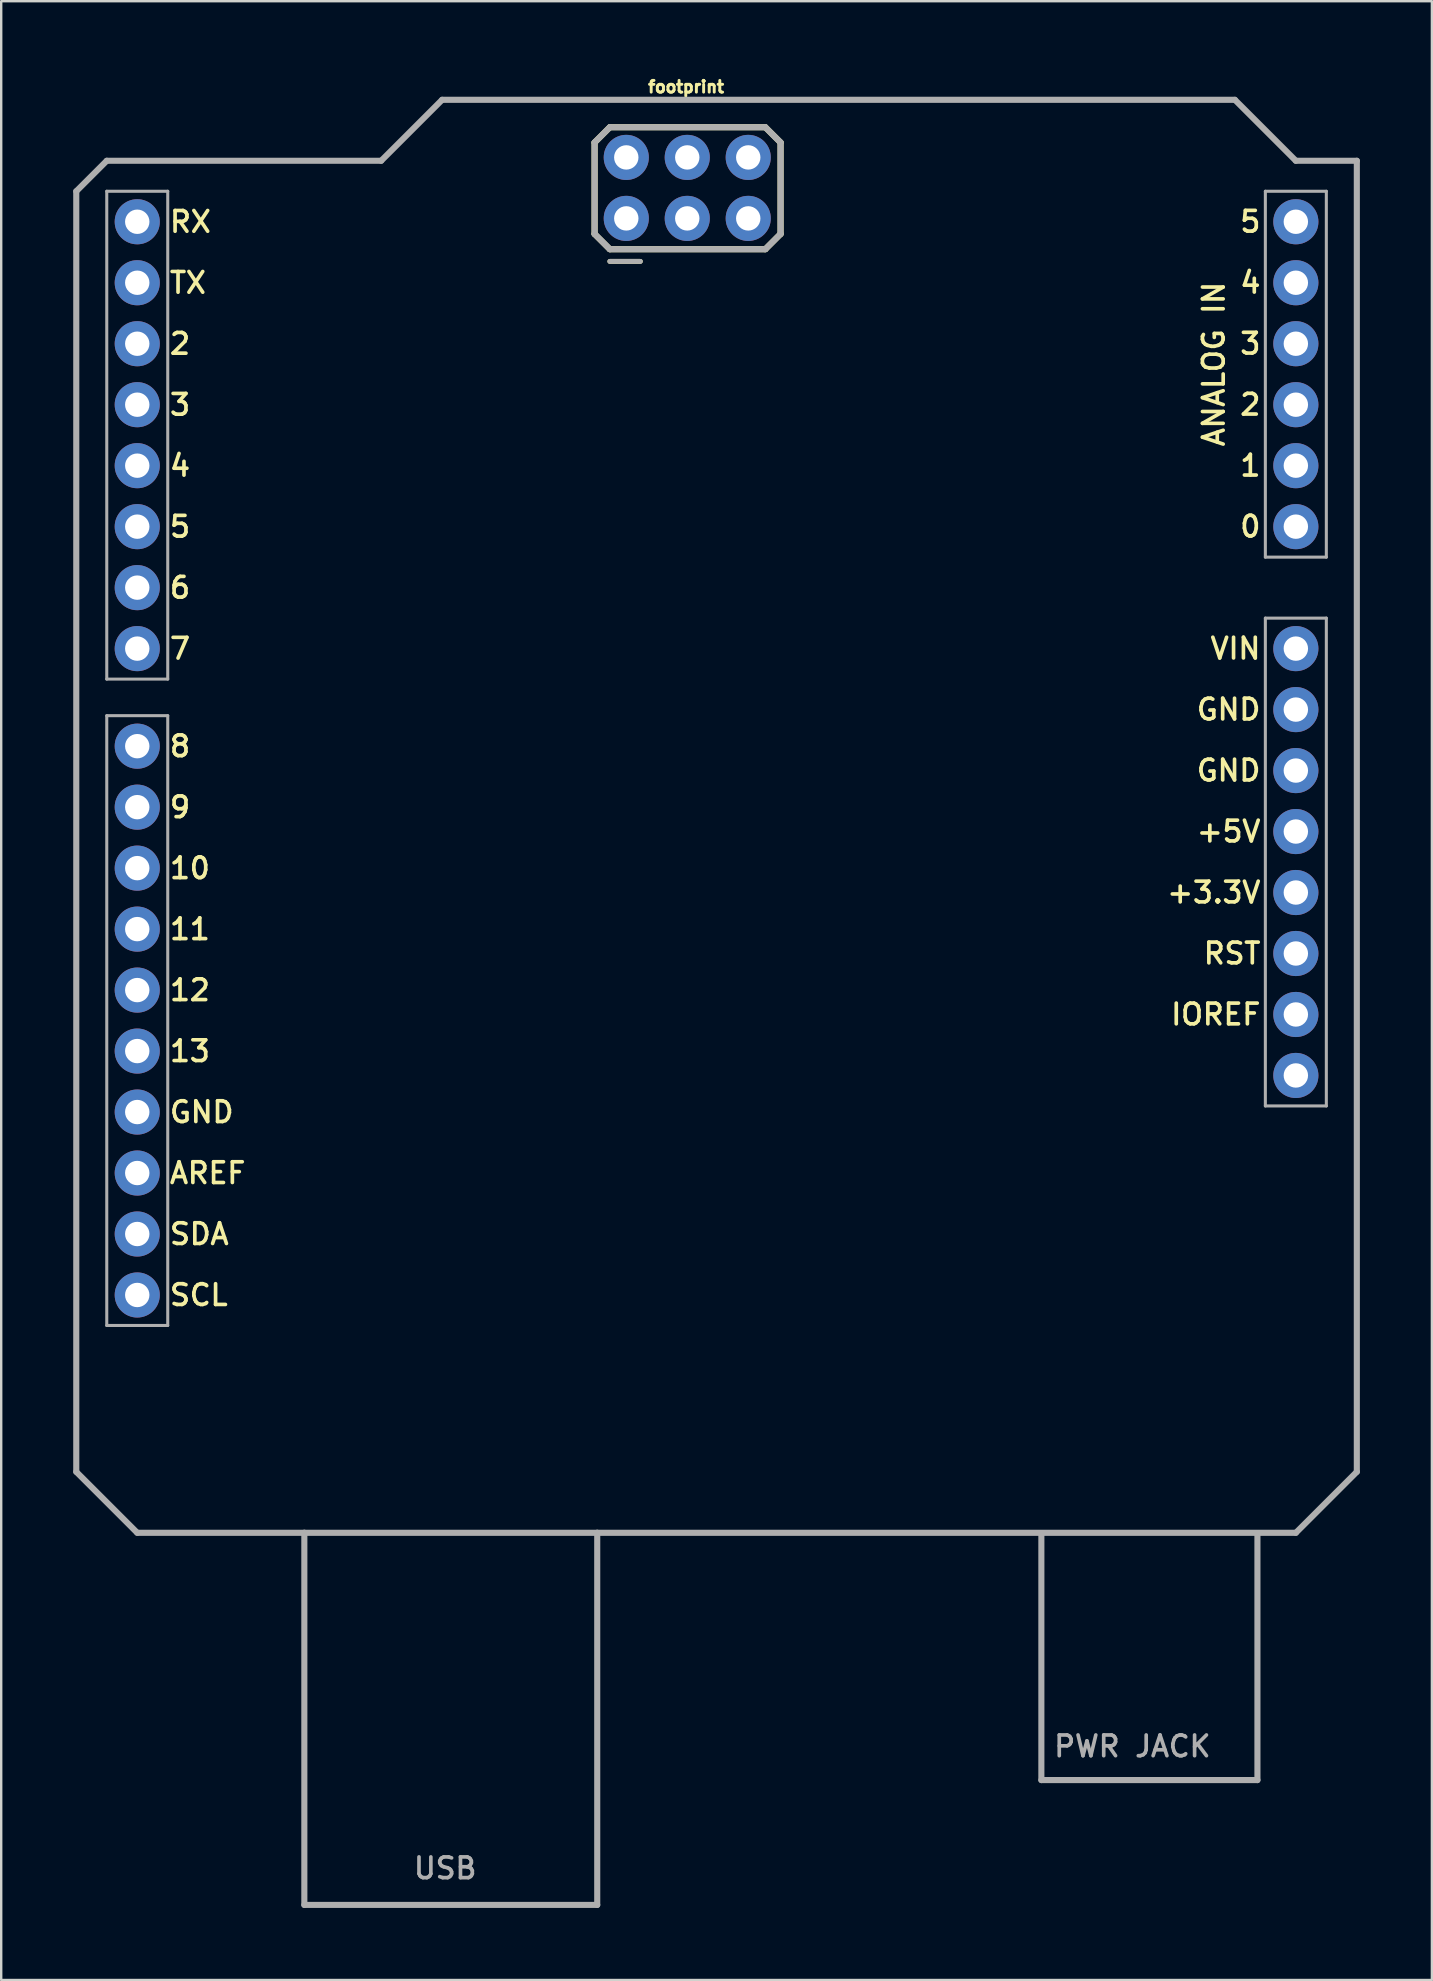
<source format=kicad_pcb>
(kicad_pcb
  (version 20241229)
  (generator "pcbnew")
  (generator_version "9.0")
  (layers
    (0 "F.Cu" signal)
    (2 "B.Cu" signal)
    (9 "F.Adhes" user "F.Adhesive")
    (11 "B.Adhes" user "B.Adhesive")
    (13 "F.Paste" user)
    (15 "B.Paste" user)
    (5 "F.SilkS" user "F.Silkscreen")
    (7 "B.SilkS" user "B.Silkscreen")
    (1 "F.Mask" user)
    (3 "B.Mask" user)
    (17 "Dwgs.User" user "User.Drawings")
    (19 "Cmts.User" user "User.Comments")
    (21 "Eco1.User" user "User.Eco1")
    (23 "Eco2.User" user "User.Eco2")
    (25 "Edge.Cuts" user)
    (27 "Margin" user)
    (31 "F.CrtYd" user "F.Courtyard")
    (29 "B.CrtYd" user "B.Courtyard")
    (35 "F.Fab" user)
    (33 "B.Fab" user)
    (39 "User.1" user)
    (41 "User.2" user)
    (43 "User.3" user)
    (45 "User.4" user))
  (footprint "footprint"
    (layer "F.Cu")
    (at 26.797 30.317)
    (property "Reference" "footprint" (at -1.27 -29.464 0) (layer "F.SilkS") (effects (font (size 0.488 0.488) (thickness 0.122)) (justify bottom)))
    (fp_line (start -5.08 -27.432) (end -4.445 -28.067) (stroke (width 0.254) (type solid)) (layer "F.SilkS"))
    (fp_line (start -5.08 -23.622) (end -5.08 -27.432) (stroke (width 0.254) (type solid)) (layer "F.SilkS"))
    (fp_line (start -4.445 -28.067) (end 2.032 -28.067) (stroke (width 0.254) (type solid)) (layer "F.SilkS"))
    (fp_line (start -4.445 -22.987) (end -5.08 -23.622) (stroke (width 0.254) (type solid)) (layer "F.SilkS"))
    (fp_line (start -3.175 -22.479) (end -4.445 -22.479) (stroke (width 0.203) (type solid)) (layer "F.SilkS"))
    (fp_line (start 2.032 -28.067) (end 2.667 -27.432) (stroke (width 0.254) (type solid)) (layer "F.SilkS"))
    (fp_line (start 2.032 -22.987) (end -4.445 -22.987) (stroke (width 0.254) (type solid)) (layer "F.SilkS"))
    (fp_line (start 2.667 -27.432) (end 2.667 -23.622) (stroke (width 0.254) (type solid)) (layer "F.SilkS"))
    (fp_line (start 2.667 -23.622) (end 2.032 -22.987) (stroke (width 0.254) (type solid)) (layer "F.SilkS"))
    (fp_line (start -26.67 -25.4) (end -26.67 27.94) (stroke (width 0.254) (type solid)) (layer "F.Fab"))
    (fp_line (start -26.67 27.94) (end -24.13 30.48) (stroke (width 0.254) (type solid)) (layer "F.Fab"))
    (fp_line (start -25.4 -26.67) (end -26.67 -25.4) (stroke (width 0.254) (type solid)) (layer "F.Fab"))
    (fp_line (start -25.4 -25.4) (end -22.86 -25.4) (stroke (width 0.127) (type solid)) (layer "F.Fab"))
    (fp_line (start -25.4 -5.08) (end -25.4 -25.4) (stroke (width 0.127) (type solid)) (layer "F.Fab"))
    (fp_line (start -25.4 -3.556) (end -22.86 -3.556) (stroke (width 0.127) (type solid)) (layer "F.Fab"))
    (fp_line (start -25.4 21.844) (end -25.4 -3.556) (stroke (width 0.127) (type solid)) (layer "F.Fab"))
    (fp_line (start -24.13 30.48) (end -17.17 30.48) (stroke (width 0.254) (type solid)) (layer "F.Fab"))
    (fp_line (start -22.86 -25.4) (end -22.86 -5.08) (stroke (width 0.127) (type solid)) (layer "F.Fab"))
    (fp_line (start -22.86 -5.08) (end -25.4 -5.08) (stroke (width 0.127) (type solid)) (layer "F.Fab"))
    (fp_line (start -22.86 -3.556) (end -22.86 21.844) (stroke (width 0.127) (type solid)) (layer "F.Fab"))
    (fp_line (start -22.86 21.844) (end -25.4 21.844) (stroke (width 0.127) (type solid)) (layer "F.Fab"))
    (fp_line (start -17.17 30.48) (end -4.97 30.48) (stroke (width 0.254) (type solid)) (layer "F.Fab"))
    (fp_line (start -17.17 45.98) (end -17.17 30.48) (stroke (width 0.254) (type solid)) (layer "F.Fab"))
    (fp_line (start -17.17 45.98) (end -4.97 45.98) (stroke (width 0.254) (type solid)) (layer "F.Fab"))
    (fp_line (start -13.97 -26.67) (end -25.4 -26.67) (stroke (width 0.254) (type solid)) (layer "F.Fab"))
    (fp_line (start -11.43 -29.21) (end -13.97 -26.67) (stroke (width 0.254) (type solid)) (layer "F.Fab"))
    (fp_line (start -5.08 -27.432) (end -4.445 -28.067) (stroke (width 0.254) (type solid)) (layer "F.Fab"))
    (fp_line (start -5.08 -23.622) (end -5.08 -27.432) (stroke (width 0.254) (type solid)) (layer "F.Fab"))
    (fp_line (start -4.97 30.48) (end 24.13 30.48) (stroke (width 0.254) (type solid)) (layer "F.Fab"))
    (fp_line (start -4.97 45.98) (end -4.97 30.48) (stroke (width 0.254) (type solid)) (layer "F.Fab"))
    (fp_line (start -4.445 -28.067) (end 2.032 -28.067) (stroke (width 0.254) (type solid)) (layer "F.Fab"))
    (fp_line (start -4.445 -22.987) (end -5.08 -23.622) (stroke (width 0.254) (type solid)) (layer "F.Fab"))
    (fp_line (start -3.175 -22.479) (end -4.445 -22.479) (stroke (width 0.203) (type solid)) (layer "F.Fab"))
    (fp_line (start 2.032 -28.067) (end 2.667 -27.432) (stroke (width 0.254) (type solid)) (layer "F.Fab"))
    (fp_line (start 2.032 -22.987) (end -4.445 -22.987) (stroke (width 0.254) (type solid)) (layer "F.Fab"))
    (fp_line (start 2.667 -27.432) (end 2.667 -23.622) (stroke (width 0.254) (type solid)) (layer "F.Fab"))
    (fp_line (start 2.667 -23.622) (end 2.032 -22.987) (stroke (width 0.254) (type solid)) (layer "F.Fab"))
    (fp_line (start 13.53 40.78) (end 13.53 30.58) (stroke (width 0.254) (type solid)) (layer "F.Fab"))
    (fp_line (start 13.53 40.78) (end 22.53 40.78) (stroke (width 0.254) (type solid)) (layer "F.Fab"))
    (fp_line (start 21.59 -29.21) (end -11.43 -29.21) (stroke (width 0.254) (type solid)) (layer "F.Fab"))
    (fp_line (start 22.53 40.78) (end 22.53 30.58) (stroke (width 0.254) (type solid)) (layer "F.Fab"))
    (fp_line (start 22.86 -25.4) (end 25.4 -25.4) (stroke (width 0.127) (type solid)) (layer "F.Fab"))
    (fp_line (start 22.86 -10.16) (end 22.86 -25.4) (stroke (width 0.127) (type solid)) (layer "F.Fab"))
    (fp_line (start 22.86 -7.62) (end 22.86 12.7) (stroke (width 0.127) (type solid)) (layer "F.Fab"))
    (fp_line (start 22.86 12.7) (end 25.4 12.7) (stroke (width 0.127) (type solid)) (layer "F.Fab"))
    (fp_line (start 24.13 -26.67) (end 21.59 -29.21) (stroke (width 0.254) (type solid)) (layer "F.Fab"))
    (fp_line (start 24.13 30.48) (end 26.67 27.94) (stroke (width 0.254) (type solid)) (layer "F.Fab"))
    (fp_line (start 25.4 -25.4) (end 25.4 -10.16) (stroke (width 0.127) (type solid)) (layer "F.Fab"))
    (fp_line (start 25.4 -10.16) (end 22.86 -10.16) (stroke (width 0.127) (type solid)) (layer "F.Fab"))
    (fp_line (start 25.4 -7.62) (end 22.86 -7.62) (stroke (width 0.127) (type solid)) (layer "F.Fab"))
    (fp_line (start 25.4 12.7) (end 25.4 -7.62) (stroke (width 0.127) (type solid)) (layer "F.Fab"))
    (fp_line (start 26.67 -26.67) (end 24.13 -26.67) (stroke (width 0.254) (type solid)) (layer "F.Fab"))
    (fp_line (start 26.67 27.94) (end 26.67 -26.67) (stroke (width 0.254) (type solid)) (layer "F.Fab"))
    (fp_text user "13" (at -22.86 10.922 0) (layer "F.SilkS") (effects (font (size 0.864 0.864) (thickness 0.152)) (justify left bottom)))
    (fp_text user "5" (at 22.746 -24.638 0) (layer "F.SilkS") (effects (font (size 0.864 0.864) (thickness 0.152)) (justify right top)))
    (fp_text user "2" (at 22.746 -17.018 0) (layer "F.SilkS") (effects (font (size 0.864 0.864) (thickness 0.152)) (justify right top)))
    (fp_text user "9" (at -22.86 0.762 0) (layer "F.SilkS") (effects (font (size 0.864 0.864) (thickness 0.152)) (justify left bottom)))
    (fp_text user "0" (at 22.746 -11.938 0) (layer "F.SilkS") (effects (font (size 0.864 0.864) (thickness 0.152)) (justify right top)))
    (fp_text user "GND" (at -22.86 13.462 0) (layer "F.SilkS") (effects (font (size 0.864 0.864) (thickness 0.152)) (justify left bottom)))
    (fp_text user "AREF" (at -22.86 16.002 0) (layer "F.SilkS") (effects (font (size 0.864 0.864) (thickness 0.152)) (justify left bottom)))
    (fp_text user "3" (at 22.746 -19.558 0) (layer "F.SilkS") (effects (font (size 0.864 0.864) (thickness 0.152)) (justify right top)))
    (fp_text user "GND" (at 22.746 -4.318 0) (layer "F.SilkS") (effects (font (size 0.864 0.864) (thickness 0.152)) (justify right top)))
    (fp_text user "2" (at -22.86 -18.542 0) (layer "F.SilkS") (effects (font (size 0.864 0.864) (thickness 0.152)) (justify left bottom)))
    (fp_text user "+3.3V" (at 22.746 3.302 0) (layer "F.SilkS") (effects (font (size 0.864 0.864) (thickness 0.152)) (justify right top)))
    (fp_text user "IOREF" (at 22.746 8.382 0) (layer "F.SilkS") (effects (font (size 0.864 0.864) (thickness 0.152)) (justify right top)))
    (fp_text user "12" (at -22.86 8.382 0) (layer "F.SilkS") (effects (font (size 0.864 0.864) (thickness 0.152)) (justify left bottom)))
    (fp_text user "RX" (at -22.86 -23.622 0) (layer "F.SilkS") (effects (font (size 0.864 0.864) (thickness 0.152)) (justify left bottom)))
    (fp_text user "SDA" (at -22.86 18.542 0) (layer "F.SilkS") (effects (font (size 0.864 0.864) (thickness 0.152)) (justify left bottom)))
    (fp_text user "8" (at -22.86 -1.778 0) (layer "F.SilkS") (effects (font (size 0.864 0.864) (thickness 0.152)) (justify left bottom)))
    (fp_text user "VIN" (at 22.746 -6.858 0) (layer "F.SilkS") (effects (font (size 0.864 0.864) (thickness 0.152)) (justify right top)))
    (fp_text user "11" (at -22.86 5.842 0) (layer "F.SilkS") (effects (font (size 0.864 0.864) (thickness 0.152)) (justify left bottom)))
    (fp_text user "RST" (at 22.746 5.842 0) (layer "F.SilkS") (effects (font (size 0.864 0.864) (thickness 0.152)) (justify right top)))
    (fp_text user "6" (at -22.86 -8.382 0) (layer "F.SilkS") (effects (font (size 0.864 0.864) (thickness 0.152)) (justify left bottom)))
    (fp_text user "1" (at 22.746 -14.478 0) (layer "F.SilkS") (effects (font (size 0.864 0.864) (thickness 0.152)) (justify right top)))
    (fp_text user "+5V" (at 22.746 0.762 0) (layer "F.SilkS") (effects (font (size 0.864 0.864) (thickness 0.152)) (justify right top)))
    (fp_text user "SCL" (at -22.86 21.082 0) (layer "F.SilkS") (effects (font (size 0.864 0.864) (thickness 0.152)) (justify left bottom)))
    (fp_text user "ANALOG IN" (at 20.206 -21.717 90) (layer "F.SilkS") (effects (font (size 0.864 0.864) (thickness 0.152)) (justify right top)))
    (fp_text user "4" (at -22.86 -13.462 0) (layer "F.SilkS") (effects (font (size 0.864 0.864) (thickness 0.152)) (justify left bottom)))
    (fp_text user "10" (at -22.86 3.302 0) (layer "F.SilkS") (effects (font (size 0.864 0.864) (thickness 0.152)) (justify left bottom)))
    (fp_text user "4" (at 22.746 -22.098 0) (layer "F.SilkS") (effects (font (size 0.864 0.864) (thickness 0.152)) (justify right top)))
    (fp_text user "3" (at -22.86 -16.002 0) (layer "F.SilkS") (effects (font (size 0.864 0.864) (thickness 0.152)) (justify left bottom)))
    (fp_text user "7" (at -22.86 -5.842 0) (layer "F.SilkS") (effects (font (size 0.864 0.864) (thickness 0.152)) (justify left bottom)))
    (fp_text user "GND" (at 22.746 -1.778 0) (layer "F.SilkS") (effects (font (size 0.864 0.864) (thickness 0.152)) (justify right top)))
    (fp_text user "5" (at -22.86 -10.922 0) (layer "F.SilkS") (effects (font (size 0.864 0.864) (thickness 0.152)) (justify left bottom)))
    (fp_text user "TX" (at -22.86 -21.082 0) (layer "F.SilkS") (effects (font (size 0.864 0.864) (thickness 0.152)) (justify left bottom)))
    (fp_text user "PWR JACK" (at 13.97 39.878 0) (layer "F.Fab") (effects (font (size 0.864 0.864) (thickness 0.152)) (justify left bottom)))
    (fp_text user "USB" (at -12.7 44.958 0) (layer "F.Fab") (effects (font (size 0.864 0.864) (thickness 0.152)) (justify left bottom)))
    (pad "3.3V" thru_hole circle (at 24.13 3.81 90) (size 1.88 1.88) (drill 1.016) (layers "*.Cu" "*.Mask"))
    (pad "5V" thru_hole circle (at 24.13 1.27 90) (size 1.88 1.88) (drill 1.016) (layers "*.Cu" "*.Mask"))
    (pad "5V_ICSP" thru_hole circle (at -3.76 -26.81 90) (size 1.88 1.88) (drill 1.016) (layers "*.Cu" "*.Mask"))
    (pad "A0" thru_hole circle (at 24.13 -11.43 90) (size 1.88 1.88) (drill 1.016) (layers "*.Cu" "*.Mask"))
    (pad "A1" thru_hole circle (at 24.13 -13.97 90) (size 1.88 1.88) (drill 1.016) (layers "*.Cu" "*.Mask"))
    (pad "A2" thru_hole circle (at 24.13 -16.51 90) (size 1.88 1.88) (drill 1.016) (layers "*.Cu" "*.Mask"))
    (pad "A3" thru_hole circle (at 24.13 -19.05 90) (size 1.88 1.88) (drill 1.016) (layers "*.Cu" "*.Mask"))
    (pad "A4" thru_hole circle (at 24.13 -21.59 90) (size 1.88 1.88) (drill 1.016) (layers "*.Cu" "*.Mask"))
    (pad "A5" thru_hole circle (at 24.13 -24.13 90) (size 1.88 1.88) (drill 1.016) (layers "*.Cu" "*.Mask"))
    (pad "AREF" thru_hole circle (at -24.13 15.494 90) (size 1.88 1.88) (drill 1.016) (layers "*.Cu" "*.Mask"))
    (pad "D2" thru_hole circle (at -24.13 -19.05 90) (size 1.88 1.88) (drill 1.016) (layers "*.Cu" "*.Mask"))
    (pad "D3" thru_hole circle (at -24.13 -16.51 90) (size 1.88 1.88) (drill 1.016) (layers "*.Cu" "*.Mask"))
    (pad "D4" thru_hole circle (at -24.13 -13.97 90) (size 1.88 1.88) (drill 1.016) (layers "*.Cu" "*.Mask"))
    (pad "D5" thru_hole circle (at -24.13 -11.43 90) (size 1.88 1.88) (drill 1.016) (layers "*.Cu" "*.Mask"))
    (pad "D6" thru_hole circle (at -24.13 -8.89 90) (size 1.88 1.88) (drill 1.016) (layers "*.Cu" "*.Mask"))
    (pad "D7" thru_hole circle (at -24.13 -6.35 90) (size 1.88 1.88) (drill 1.016) (layers "*.Cu" "*.Mask"))
    (pad "D8" thru_hole circle (at -24.13 -2.286 90) (size 1.88 1.88) (drill 1.016) (layers "*.Cu" "*.Mask"))
    (pad "D9" thru_hole circle (at -24.13 0.254 90) (size 1.88 1.88) (drill 1.016) (layers "*.Cu" "*.Mask"))
    (pad "D10" thru_hole circle (at -24.13 2.794 90) (size 1.88 1.88) (drill 1.016) (layers "*.Cu" "*.Mask"))
    (pad "D11" thru_hole circle (at -24.13 5.334 90) (size 1.88 1.88) (drill 1.016) (layers "*.Cu" "*.Mask"))
    (pad "D12" thru_hole circle (at -24.13 7.874 90) (size 1.88 1.88) (drill 1.016) (layers "*.Cu" "*.Mask"))
    (pad "D13" thru_hole circle (at -24.13 10.414 90) (size 1.88 1.88) (drill 1.016) (layers "*.Cu" "*.Mask"))
    (pad "GND@0" thru_hole circle (at 24.13 -1.27 90) (size 1.88 1.88) (drill 1.016) (layers "*.Cu" "*.Mask"))
    (pad "GND@1" thru_hole circle (at 24.13 -3.81 90) (size 1.88 1.88) (drill 1.016) (layers "*.Cu" "*.Mask"))
    (pad "GND@2" thru_hole circle (at -24.13 12.954 90) (size 1.88 1.88) (drill 1.016) (layers "*.Cu" "*.Mask"))
    (pad "GND_ICSP" thru_hole circle (at 1.32 -26.81 90) (size 1.88 1.88) (drill 1.016) (layers "*.Cu" "*.Mask"))
    (pad "IOREF" thru_hole circle (at 24.13 8.89 90) (size 1.88 1.88) (drill 1.016) (layers "*.Cu" "*.Mask"))
    (pad "MISO" thru_hole circle (at -3.76 -24.27 90) (size 1.88 1.88) (drill 1.016) (layers "*.Cu" "*.Mask"))
    (pad "MOSI" thru_hole circle (at -1.22 -26.81 90) (size 1.88 1.88) (drill 1.016) (layers "*.Cu" "*.Mask"))
    (pad "NC" thru_hole circle (at 24.13 11.43 90) (size 1.88 1.88) (drill 1.016) (layers "*.Cu" "*.Mask"))
    (pad "RES" thru_hole circle (at 24.13 6.35 90) (size 1.88 1.88) (drill 1.016) (layers "*.Cu" "*.Mask"))
    (pad "RST_ICSP" thru_hole circle (at 1.32 -24.27 90) (size 1.88 1.88) (drill 1.016) (layers "*.Cu" "*.Mask"))
    (pad "RX" thru_hole circle (at -24.13 -24.13 90) (size 1.88 1.88) (drill 1.016) (layers "*.Cu" "*.Mask"))
    (pad "SCK" thru_hole circle (at -1.22 -24.27 90) (size 1.88 1.88) (drill 1.016) (layers "*.Cu" "*.Mask"))
    (pad "SCL" thru_hole circle (at -24.13 20.574 90) (size 1.88 1.88) (drill 1.016) (layers "*.Cu" "*.Mask"))
    (pad "SDA" thru_hole circle (at -24.13 18.034 90) (size 1.88 1.88) (drill 1.016) (layers "*.Cu" "*.Mask"))
    (pad "TX" thru_hole circle (at -24.13 -21.59 90) (size 1.88 1.88) (drill 1.016) (layers "*.Cu" "*.Mask"))
    (pad "VIN" thru_hole circle (at 24.13 -6.35 90) (size 1.88 1.88) (drill 1.016) (layers "*.Cu" "*.Mask")))
  (gr_rect
    (start -3 -3)
    (end 56.594 79.424)
    (stroke (width 0.1) (type default))
    (fill no)
    (layer "Edge.Cuts")))
</source>
